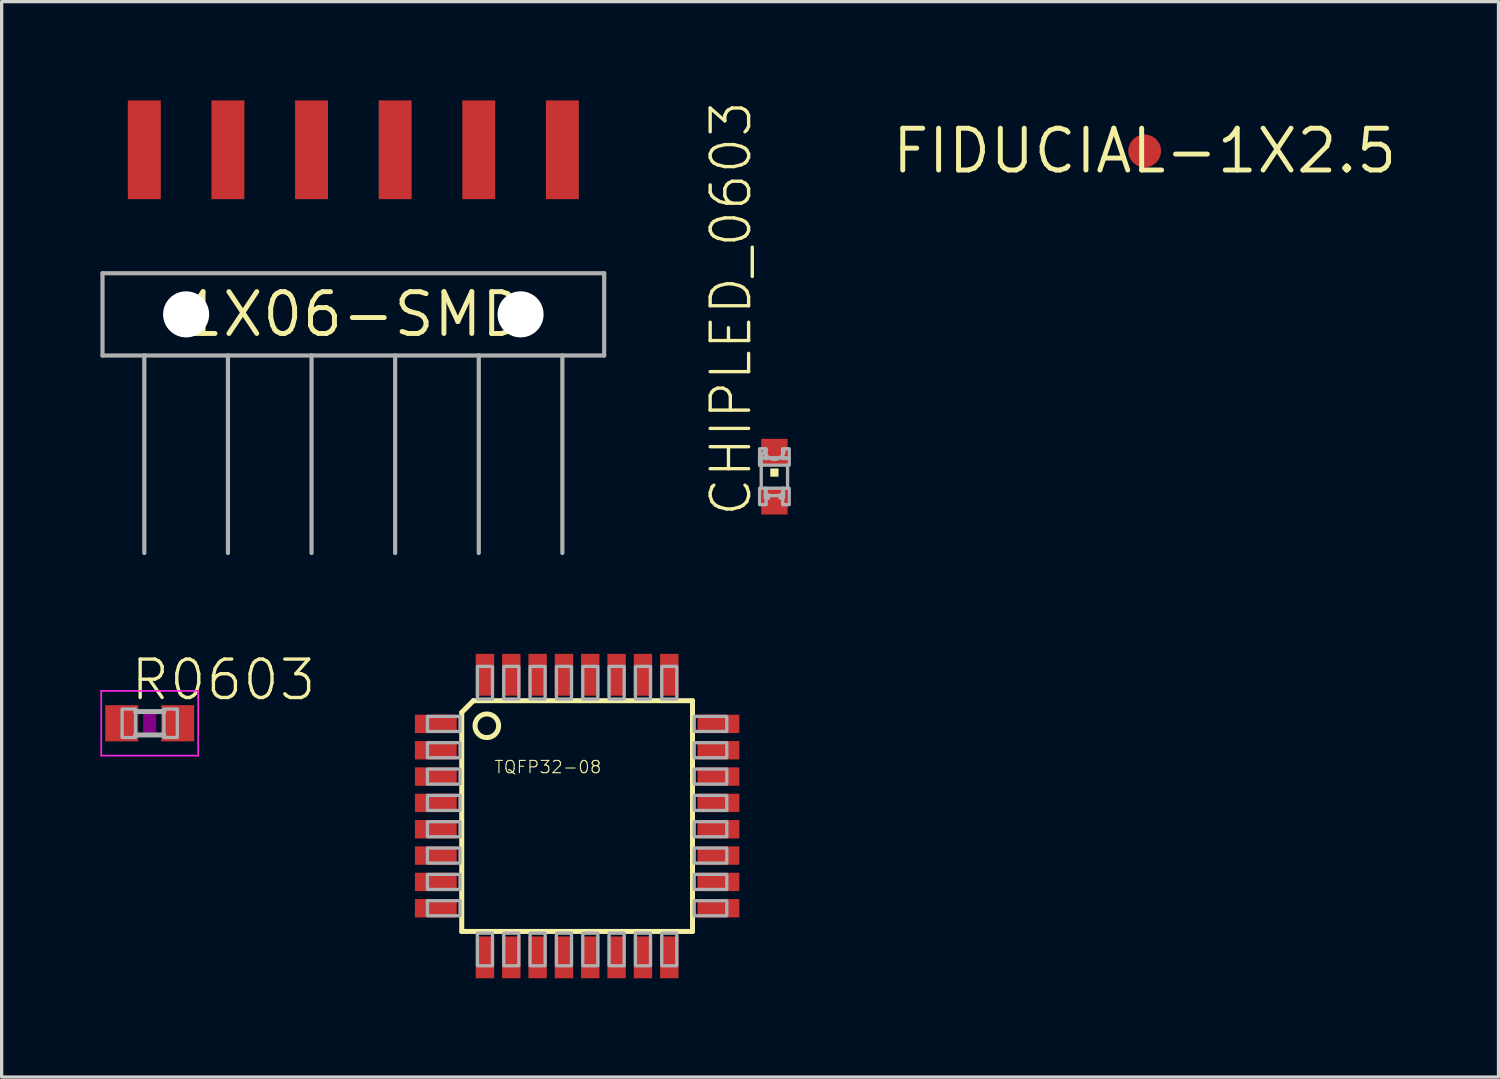
<source format=kicad_pcb>
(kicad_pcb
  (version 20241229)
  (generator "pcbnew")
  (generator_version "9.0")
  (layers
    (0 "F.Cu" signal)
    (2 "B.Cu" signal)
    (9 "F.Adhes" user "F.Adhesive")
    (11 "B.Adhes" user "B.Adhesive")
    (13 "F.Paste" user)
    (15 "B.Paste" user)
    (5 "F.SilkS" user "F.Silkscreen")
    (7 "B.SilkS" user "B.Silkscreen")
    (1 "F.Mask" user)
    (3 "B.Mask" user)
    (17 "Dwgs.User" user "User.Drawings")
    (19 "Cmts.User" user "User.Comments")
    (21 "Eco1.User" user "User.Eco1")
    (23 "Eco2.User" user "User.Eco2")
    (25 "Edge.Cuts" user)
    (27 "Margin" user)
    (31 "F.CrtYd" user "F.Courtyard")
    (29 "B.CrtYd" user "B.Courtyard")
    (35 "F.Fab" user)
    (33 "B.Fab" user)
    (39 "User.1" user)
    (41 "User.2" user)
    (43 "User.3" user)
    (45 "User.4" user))
  (footprint "TQFP32-08"
    (layer "F.Cu")
    (at 14.482 21.741)
    (property "Reference" "TQFP32-08" (at -2.54 -1.27 0) (layer "F.SilkS") (effects (font (size 0.374 0.374) (thickness 0.033)) (justify left bottom)))
    (fp_line (start -3.505 3.505) (end -3.505 -3.15) (stroke (width 0.152) (type solid)) (layer "F.SilkS"))
    (fp_line (start -3.15 -3.505) (end -3.505 -3.15) (stroke (width 0.152) (type solid)) (layer "F.SilkS"))
    (fp_line (start -3.15 -3.505) (end 3.505 -3.505) (stroke (width 0.152) (type solid)) (layer "F.SilkS"))
    (fp_line (start 3.505 -3.505) (end 3.505 3.505) (stroke (width 0.152) (type solid)) (layer "F.SilkS"))
    (fp_line (start 3.505 3.505) (end -3.505 3.505) (stroke (width 0.152) (type solid)) (layer "F.SilkS"))
    (fp_circle (center -2.743 -2.743) (end -2.384 -2.743) (stroke (width 0.152) (type solid)) (fill no) (layer "F.SilkS"))
    (fp_poly (pts (xy -4.547 -2.571) (xy -3.556 -2.571) (xy -3.556 -3.029) (xy -4.547 -3.029)) (stroke (width 0.1) (type solid)) (fill no) (layer "F.Fab"))
    (fp_poly (pts (xy -4.547 -1.771) (xy -3.556 -1.771) (xy -3.556 -2.229) (xy -4.547 -2.229)) (stroke (width 0.1) (type solid)) (fill no) (layer "F.Fab"))
    (fp_poly (pts (xy -4.547 -0.971) (xy -3.556 -0.971) (xy -3.556 -1.429) (xy -4.547 -1.429)) (stroke (width 0.1) (type solid)) (fill no) (layer "F.Fab"))
    (fp_poly (pts (xy -4.547 -0.171) (xy -3.556 -0.171) (xy -3.556 -0.629) (xy -4.547 -0.629)) (stroke (width 0.1) (type solid)) (fill no) (layer "F.Fab"))
    (fp_poly (pts (xy -4.547 0.629) (xy -3.556 0.629) (xy -3.556 0.171) (xy -4.547 0.171)) (stroke (width 0.1) (type solid)) (fill no) (layer "F.Fab"))
    (fp_poly (pts (xy -4.547 1.429) (xy -3.556 1.429) (xy -3.556 0.971) (xy -4.547 0.971)) (stroke (width 0.1) (type solid)) (fill no) (layer "F.Fab"))
    (fp_poly (pts (xy -4.547 2.229) (xy -3.556 2.229) (xy -3.556 1.771) (xy -4.547 1.771)) (stroke (width 0.1) (type solid)) (fill no) (layer "F.Fab"))
    (fp_poly (pts (xy -4.547 3.029) (xy -3.556 3.029) (xy -3.556 2.571) (xy -4.547 2.571)) (stroke (width 0.1) (type solid)) (fill no) (layer "F.Fab"))
    (fp_poly (pts (xy -3.029 -3.556) (xy -2.571 -3.556) (xy -2.571 -4.547) (xy -3.029 -4.547)) (stroke (width 0.1) (type solid)) (fill no) (layer "F.Fab"))
    (fp_poly (pts (xy -3.029 4.547) (xy -2.571 4.547) (xy -2.571 3.556) (xy -3.029 3.556)) (stroke (width 0.1) (type solid)) (fill no) (layer "F.Fab"))
    (fp_poly (pts (xy -2.229 -3.556) (xy -1.771 -3.556) (xy -1.771 -4.547) (xy -2.229 -4.547)) (stroke (width 0.1) (type solid)) (fill no) (layer "F.Fab"))
    (fp_poly (pts (xy -2.229 4.547) (xy -1.771 4.547) (xy -1.771 3.556) (xy -2.229 3.556)) (stroke (width 0.1) (type solid)) (fill no) (layer "F.Fab"))
    (fp_poly (pts (xy -1.429 -3.556) (xy -0.971 -3.556) (xy -0.971 -4.547) (xy -1.429 -4.547)) (stroke (width 0.1) (type solid)) (fill no) (layer "F.Fab"))
    (fp_poly (pts (xy -1.429 4.547) (xy -0.971 4.547) (xy -0.971 3.556) (xy -1.429 3.556)) (stroke (width 0.1) (type solid)) (fill no) (layer "F.Fab"))
    (fp_poly (pts (xy -0.629 -3.556) (xy -0.171 -3.556) (xy -0.171 -4.547) (xy -0.629 -4.547)) (stroke (width 0.1) (type solid)) (fill no) (layer "F.Fab"))
    (fp_poly (pts (xy -0.629 4.547) (xy -0.171 4.547) (xy -0.171 3.556) (xy -0.629 3.556)) (stroke (width 0.1) (type solid)) (fill no) (layer "F.Fab"))
    (fp_poly (pts (xy 0.171 -3.556) (xy 0.629 -3.556) (xy 0.629 -4.547) (xy 0.171 -4.547)) (stroke (width 0.1) (type solid)) (fill no) (layer "F.Fab"))
    (fp_poly (pts (xy 0.171 4.547) (xy 0.629 4.547) (xy 0.629 3.556) (xy 0.171 3.556)) (stroke (width 0.1) (type solid)) (fill no) (layer "F.Fab"))
    (fp_poly (pts (xy 0.971 -3.556) (xy 1.429 -3.556) (xy 1.429 -4.547) (xy 0.971 -4.547)) (stroke (width 0.1) (type solid)) (fill no) (layer "F.Fab"))
    (fp_poly (pts (xy 0.971 4.547) (xy 1.429 4.547) (xy 1.429 3.556) (xy 0.971 3.556)) (stroke (width 0.1) (type solid)) (fill no) (layer "F.Fab"))
    (fp_poly (pts (xy 1.771 -3.556) (xy 2.229 -3.556) (xy 2.229 -4.547) (xy 1.771 -4.547)) (stroke (width 0.1) (type solid)) (fill no) (layer "F.Fab"))
    (fp_poly (pts (xy 1.771 4.547) (xy 2.229 4.547) (xy 2.229 3.556) (xy 1.771 3.556)) (stroke (width 0.1) (type solid)) (fill no) (layer "F.Fab"))
    (fp_poly (pts (xy 2.571 -3.556) (xy 3.029 -3.556) (xy 3.029 -4.547) (xy 2.571 -4.547)) (stroke (width 0.1) (type solid)) (fill no) (layer "F.Fab"))
    (fp_poly (pts (xy 2.571 4.547) (xy 3.029 4.547) (xy 3.029 3.556) (xy 2.571 3.556)) (stroke (width 0.1) (type solid)) (fill no) (layer "F.Fab"))
    (fp_poly (pts (xy 3.556 -2.571) (xy 4.547 -2.571) (xy 4.547 -3.029) (xy 3.556 -3.029)) (stroke (width 0.1) (type solid)) (fill no) (layer "F.Fab"))
    (fp_poly (pts (xy 3.556 -1.771) (xy 4.547 -1.771) (xy 4.547 -2.229) (xy 3.556 -2.229)) (stroke (width 0.1) (type solid)) (fill no) (layer "F.Fab"))
    (fp_poly (pts (xy 3.556 -0.971) (xy 4.547 -0.971) (xy 4.547 -1.429) (xy 3.556 -1.429)) (stroke (width 0.1) (type solid)) (fill no) (layer "F.Fab"))
    (fp_poly (pts (xy 3.556 -0.171) (xy 4.547 -0.171) (xy 4.547 -0.629) (xy 3.556 -0.629)) (stroke (width 0.1) (type solid)) (fill no) (layer "F.Fab"))
    (fp_poly (pts (xy 3.556 0.629) (xy 4.547 0.629) (xy 4.547 0.171) (xy 3.556 0.171)) (stroke (width 0.1) (type solid)) (fill no) (layer "F.Fab"))
    (fp_poly (pts (xy 3.556 1.429) (xy 4.547 1.429) (xy 4.547 0.971) (xy 3.556 0.971)) (stroke (width 0.1) (type solid)) (fill no) (layer "F.Fab"))
    (fp_poly (pts (xy 3.556 2.229) (xy 4.547 2.229) (xy 4.547 1.771) (xy 3.556 1.771)) (stroke (width 0.1) (type solid)) (fill no) (layer "F.Fab"))
    (fp_poly (pts (xy 3.556 3.029) (xy 4.547 3.029) (xy 4.547 2.571) (xy 3.556 2.571)) (stroke (width 0.1) (type solid)) (fill no) (layer "F.Fab"))
    (pad "1" smd rect (at -4.293 -2.8) (size 1.27 0.559) (layers "F.Cu" "F.Mask" "F.Paste"))
    (pad "2" smd rect (at -4.293 -2) (size 1.27 0.559) (layers "F.Cu" "F.Mask" "F.Paste"))
    (pad "3" smd rect (at -4.293 -1.2) (size 1.27 0.559) (layers "F.Cu" "F.Mask" "F.Paste"))
    (pad "4" smd rect (at -4.293 -0.4) (size 1.27 0.559) (layers "F.Cu" "F.Mask" "F.Paste"))
    (pad "5" smd rect (at -4.293 0.4) (size 1.27 0.559) (layers "F.Cu" "F.Mask" "F.Paste"))
    (pad "6" smd rect (at -4.293 1.2) (size 1.27 0.559) (layers "F.Cu" "F.Mask" "F.Paste"))
    (pad "7" smd rect (at -4.293 2) (size 1.27 0.559) (layers "F.Cu" "F.Mask" "F.Paste"))
    (pad "8" smd rect (at -4.293 2.8) (size 1.27 0.559) (layers "F.Cu" "F.Mask" "F.Paste"))
    (pad "9" smd rect (at -2.8 4.293) (size 0.559 1.27) (layers "F.Cu" "F.Mask" "F.Paste"))
    (pad "10" smd rect (at -2 4.293) (size 0.559 1.27) (layers "F.Cu" "F.Mask" "F.Paste"))
    (pad "11" smd rect (at -1.2 4.293) (size 0.559 1.27) (layers "F.Cu" "F.Mask" "F.Paste"))
    (pad "12" smd rect (at -0.4 4.293) (size 0.559 1.27) (layers "F.Cu" "F.Mask" "F.Paste"))
    (pad "13" smd rect (at 0.4 4.293) (size 0.559 1.27) (layers "F.Cu" "F.Mask" "F.Paste"))
    (pad "14" smd rect (at 1.2 4.293) (size 0.559 1.27) (layers "F.Cu" "F.Mask" "F.Paste"))
    (pad "15" smd rect (at 2 4.293) (size 0.559 1.27) (layers "F.Cu" "F.Mask" "F.Paste"))
    (pad "16" smd rect (at 2.8 4.293) (size 0.559 1.27) (layers "F.Cu" "F.Mask" "F.Paste"))
    (pad "17" smd rect (at 4.293 2.8) (size 1.27 0.559) (layers "F.Cu" "F.Mask" "F.Paste"))
    (pad "18" smd rect (at 4.293 2) (size 1.27 0.559) (layers "F.Cu" "F.Mask" "F.Paste"))
    (pad "19" smd rect (at 4.293 1.2) (size 1.27 0.559) (layers "F.Cu" "F.Mask" "F.Paste"))
    (pad "20" smd rect (at 4.293 0.4) (size 1.27 0.559) (layers "F.Cu" "F.Mask" "F.Paste"))
    (pad "21" smd rect (at 4.293 -0.4) (size 1.27 0.559) (layers "F.Cu" "F.Mask" "F.Paste"))
    (pad "22" smd rect (at 4.293 -1.2) (size 1.27 0.559) (layers "F.Cu" "F.Mask" "F.Paste"))
    (pad "23" smd rect (at 4.293 -2) (size 1.27 0.559) (layers "F.Cu" "F.Mask" "F.Paste"))
    (pad "24" smd rect (at 4.293 -2.8) (size 1.27 0.559) (layers "F.Cu" "F.Mask" "F.Paste"))
    (pad "25" smd rect (at 2.8 -4.293) (size 0.559 1.27) (layers "F.Cu" "F.Mask" "F.Paste"))
    (pad "26" smd rect (at 2 -4.293) (size 0.559 1.27) (layers "F.Cu" "F.Mask" "F.Paste"))
    (pad "27" smd rect (at 1.2 -4.293) (size 0.559 1.27) (layers "F.Cu" "F.Mask" "F.Paste"))
    (pad "28" smd rect (at 0.4 -4.293) (size 0.559 1.27) (layers "F.Cu" "F.Mask" "F.Paste"))
    (pad "29" smd rect (at -0.4 -4.293) (size 0.559 1.27) (layers "F.Cu" "F.Mask" "F.Paste"))
    (pad "30" smd rect (at -1.2 -4.293) (size 0.559 1.27) (layers "F.Cu" "F.Mask" "F.Paste"))
    (pad "31" smd rect (at -2 -4.293) (size 0.559 1.27) (layers "F.Cu" "F.Mask" "F.Paste"))
    (pad "32" smd rect (at -2.8 -4.293) (size 0.559 1.27) (layers "F.Cu" "F.Mask" "F.Paste")))
  (footprint "CHIPLED_0603"
    (layer "F.Cu")
    (at 20.475 11.431)
    (property "Reference" "CHIPLED_0603" (at -0.635 1.27 90) (layer "F.SilkS") (effects (font (size 1.168 1.168) (thickness 0.102)) (justify left bottom)))
    (fp_poly (pts (xy -0.125 0) (xy 0.125 0) (xy 0.125 -0.25) (xy -0.125 -0.25)) (stroke (width 0) (type solid)) (fill yes) (layer "F.SilkS"))
    (fp_line (start -0.4 -0.375) (end -0.4 0.35) (stroke (width 0.102) (type solid)) (layer "F.Fab"))
    (fp_line (start 0.4 -0.35) (end 0.4 0.35) (stroke (width 0.102) (type solid)) (layer "F.Fab"))
    (fp_arc (start -0.275 0.825) (mid 0 0.55) (end 0.275 0.825) (stroke (width 0.0508) (type solid)) (layer "F.Fab"))
    (fp_arc (start 0.3 -0.799998) (mid -0.000001 -0.524966) (end -0.3 -0.8) (stroke (width 0.1016) (type solid)) (layer "F.Fab"))
    (fp_circle (center -0.35 -0.625) (end -0.275 -0.625) (stroke (width 0.051) (type solid)) (fill no) (layer "F.Fab"))
    (fp_poly (pts (xy -0.45 -0.7) (xy -0.25 -0.7) (xy -0.25 -0.85) (xy -0.45 -0.85)) (stroke (width 0.1) (type solid)) (fill no) (layer "F.Fab"))
    (fp_poly (pts (xy -0.45 -0.35) (xy -0.4 -0.35) (xy -0.4 -0.725) (xy -0.45 -0.725)) (stroke (width 0.1) (type solid)) (fill no) (layer "F.Fab"))
    (fp_poly (pts (xy -0.45 -0.35) (xy 0.45 -0.35) (xy 0.45 -0.575) (xy -0.45 -0.575)) (stroke (width 0.1) (type solid)) (fill no) (layer "F.Fab"))
    (fp_poly (pts (xy -0.45 0.85) (xy -0.25 0.85) (xy -0.25 0.35) (xy -0.45 0.35)) (stroke (width 0.1) (type solid)) (fill no) (layer "F.Fab"))
    (fp_poly (pts (xy -0.275 -0.55) (xy -0.225 -0.55) (xy -0.225 -0.6) (xy -0.275 -0.6)) (stroke (width 0.1) (type solid)) (fill no) (layer "F.Fab"))
    (fp_poly (pts (xy -0.275 0.575) (xy 0.275 0.575) (xy 0.275 0.35) (xy -0.275 0.35)) (stroke (width 0.1) (type solid)) (fill no) (layer "F.Fab"))
    (fp_poly (pts (xy -0.275 0.65) (xy -0.175 0.65) (xy -0.175 0.55) (xy -0.275 0.55)) (stroke (width 0.1) (type solid)) (fill no) (layer "F.Fab"))
    (fp_poly (pts (xy 0.175 0.65) (xy 0.275 0.65) (xy 0.275 0.55) (xy 0.175 0.55)) (stroke (width 0.1) (type solid)) (fill no) (layer "F.Fab"))
    (fp_poly (pts (xy 0.25 -0.55) (xy 0.45 -0.55) (xy 0.45 -0.85) (xy 0.25 -0.85)) (stroke (width 0.1) (type solid)) (fill no) (layer "F.Fab"))
    (fp_poly (pts (xy 0.25 0.85) (xy 0.45 0.85) (xy 0.45 0.35) (xy 0.25 0.35)) (stroke (width 0.1) (type solid)) (fill no) (layer "F.Fab"))
    (pad "A" smd rect (at 0 0.75) (size 0.8 0.8) (layers "F.Cu" "F.Mask" "F.Paste"))
    (pad "C" smd rect (at 0 -0.75) (size 0.8 0.8) (layers "F.Cu" "F.Mask" "F.Paste")))
  (footprint "1X06-SMD"
    (layer "F.Cu")
    (at 7.684 6.5)
    (property "Reference" "1X06-SMD" (at 0 0 0) (layer "F.SilkS") (effects (font (size 1.27 1.27) (thickness 0.15))))
    (fp_line (start -7.62 -1.25) (end -7.62 1.25) (stroke (width 0.127) (type solid)) (layer "F.Fab"))
    (fp_line (start -7.62 1.25) (end -6.35 1.25) (stroke (width 0.127) (type solid)) (layer "F.Fab"))
    (fp_line (start -6.35 1.25) (end -6.35 7.25) (stroke (width 0.127) (type solid)) (layer "F.Fab"))
    (fp_line (start -6.35 1.25) (end -3.81 1.25) (stroke (width 0.127) (type solid)) (layer "F.Fab"))
    (fp_line (start -3.81 1.25) (end -3.81 7.25) (stroke (width 0.127) (type solid)) (layer "F.Fab"))
    (fp_line (start -3.81 1.25) (end -1.27 1.25) (stroke (width 0.127) (type solid)) (layer "F.Fab"))
    (fp_line (start -1.27 1.25) (end -1.27 7.25) (stroke (width 0.127) (type solid)) (layer "F.Fab"))
    (fp_line (start -1.27 1.25) (end 1.27 1.25) (stroke (width 0.127) (type solid)) (layer "F.Fab"))
    (fp_line (start 1.27 1.25) (end 1.27 7.25) (stroke (width 0.127) (type solid)) (layer "F.Fab"))
    (fp_line (start 1.27 1.25) (end 3.81 1.25) (stroke (width 0.127) (type solid)) (layer "F.Fab"))
    (fp_line (start 3.81 1.25) (end 3.81 7.25) (stroke (width 0.127) (type solid)) (layer "F.Fab"))
    (fp_line (start 3.81 1.25) (end 6.35 1.25) (stroke (width 0.127) (type solid)) (layer "F.Fab"))
    (fp_line (start 6.35 1.25) (end 6.35 7.25) (stroke (width 0.127) (type solid)) (layer "F.Fab"))
    (fp_line (start 6.35 1.25) (end 7.62 1.25) (stroke (width 0.127) (type solid)) (layer "F.Fab"))
    (fp_line (start 7.62 -1.25) (end -7.62 -1.25) (stroke (width 0.127) (type solid)) (layer "F.Fab"))
    (fp_line (start 7.62 1.25) (end 7.62 -1.25) (stroke (width 0.127) (type solid)) (layer "F.Fab"))
    (pad "" np_thru_hole circle (at -5.08 0) (size 1.4 1.4) (drill 1.4) (layers "*.Cu" "*.Mask"))
    (pad "" np_thru_hole circle (at 5.08 0) (size 1.4 1.4) (drill 1.4) (layers "*.Cu" "*.Mask"))
    (pad "1" smd rect (at -6.35 -5 90) (size 3 1) (layers "F.Cu" "F.Mask" "F.Paste"))
    (pad "2" smd rect (at -3.81 -5 90) (size 3 1) (layers "F.Cu" "F.Mask" "F.Paste"))
    (pad "3" smd rect (at -1.27 -5 90) (size 3 1) (layers "F.Cu" "F.Mask" "F.Paste"))
    (pad "4" smd rect (at 1.27 -5 90) (size 3 1) (layers "F.Cu" "F.Mask" "F.Paste"))
    (pad "5" smd rect (at 3.81 -5 90) (size 3 1) (layers "F.Cu" "F.Mask" "F.Paste"))
    (pad "6" smd rect (at 6.35 -5 90) (size 3 1) (layers "F.Cu" "F.Mask" "F.Paste")))
  (footprint "R0603"
    (layer "F.Cu")
    (at 1.498 18.922)
    (property "Reference" "R0603" (at -0.635 -0.635 0) (layer "F.SilkS") (effects (font (size 1.168 1.168) (thickness 0.102)) (justify left bottom)))
    (fp_poly (pts (xy -0.2 0.4) (xy 0.2 0.4) (xy 0.2 -0.4) (xy -0.2 -0.4)) (stroke (width 0) (type solid)) (fill yes) (layer "F.Adhes"))
    (fp_line (start -1.473 -0.983) (end 1.473 -0.983) (stroke (width 0.051) (type solid)) (layer "F.CrtYd"))
    (fp_line (start -1.473 0.983) (end -1.473 -0.983) (stroke (width 0.051) (type solid)) (layer "F.CrtYd"))
    (fp_line (start 1.473 -0.983) (end 1.473 0.983) (stroke (width 0.051) (type solid)) (layer "F.CrtYd"))
    (fp_line (start 1.473 0.983) (end -1.473 0.983) (stroke (width 0.051) (type solid)) (layer "F.CrtYd"))
    (fp_line (start -0.432 0.356) (end 0.432 0.356) (stroke (width 0.152) (type solid)) (layer "F.Fab"))
    (fp_line (start 0.432 -0.356) (end -0.432 -0.356) (stroke (width 0.152) (type solid)) (layer "F.Fab"))
    (fp_poly (pts (xy -0.838 0.432) (xy -0.432 0.432) (xy -0.432 -0.432) (xy -0.838 -0.432)) (stroke (width 0.1) (type solid)) (fill no) (layer "F.Fab"))
    (fp_poly (pts (xy 0.432 0.432) (xy 0.838 0.432) (xy 0.838 -0.432) (xy 0.432 -0.432)) (stroke (width 0.1) (type solid)) (fill no) (layer "F.Fab"))
    (pad "1" smd rect (at -0.85 0) (size 1 1.1) (layers "F.Cu" "F.Mask" "F.Paste"))
    (pad "2" smd rect (at 0.85 0) (size 1 1.1) (layers "F.Cu" "F.Mask" "F.Paste")))
  (footprint "FIDUCIAL-1X2.5"
    (layer "F.Cu")
    (at 31.723 1.535)
    (property "Reference" "FIDUCIAL-1X2.5" (at 0 0 0) (layer "F.SilkS") (effects (font (size 1.27 1.27) (thickness 0.15))))
    (fp_circle (center 0 0) (end 0.9 0) (stroke (width 1.27) (type solid)) (fill no) (layer "F.Mask"))
    (pad "1" smd roundrect (at 0 0) (size 1 1) (layers "F.Cu" "F.Mask") (roundrect_rratio 0.5)))
  (gr_rect
    (start -3 -3)
    (end 42.472 29.669)
    (stroke (width 0.1) (type default))
    (fill no)
    (layer "Edge.Cuts")))
</source>
